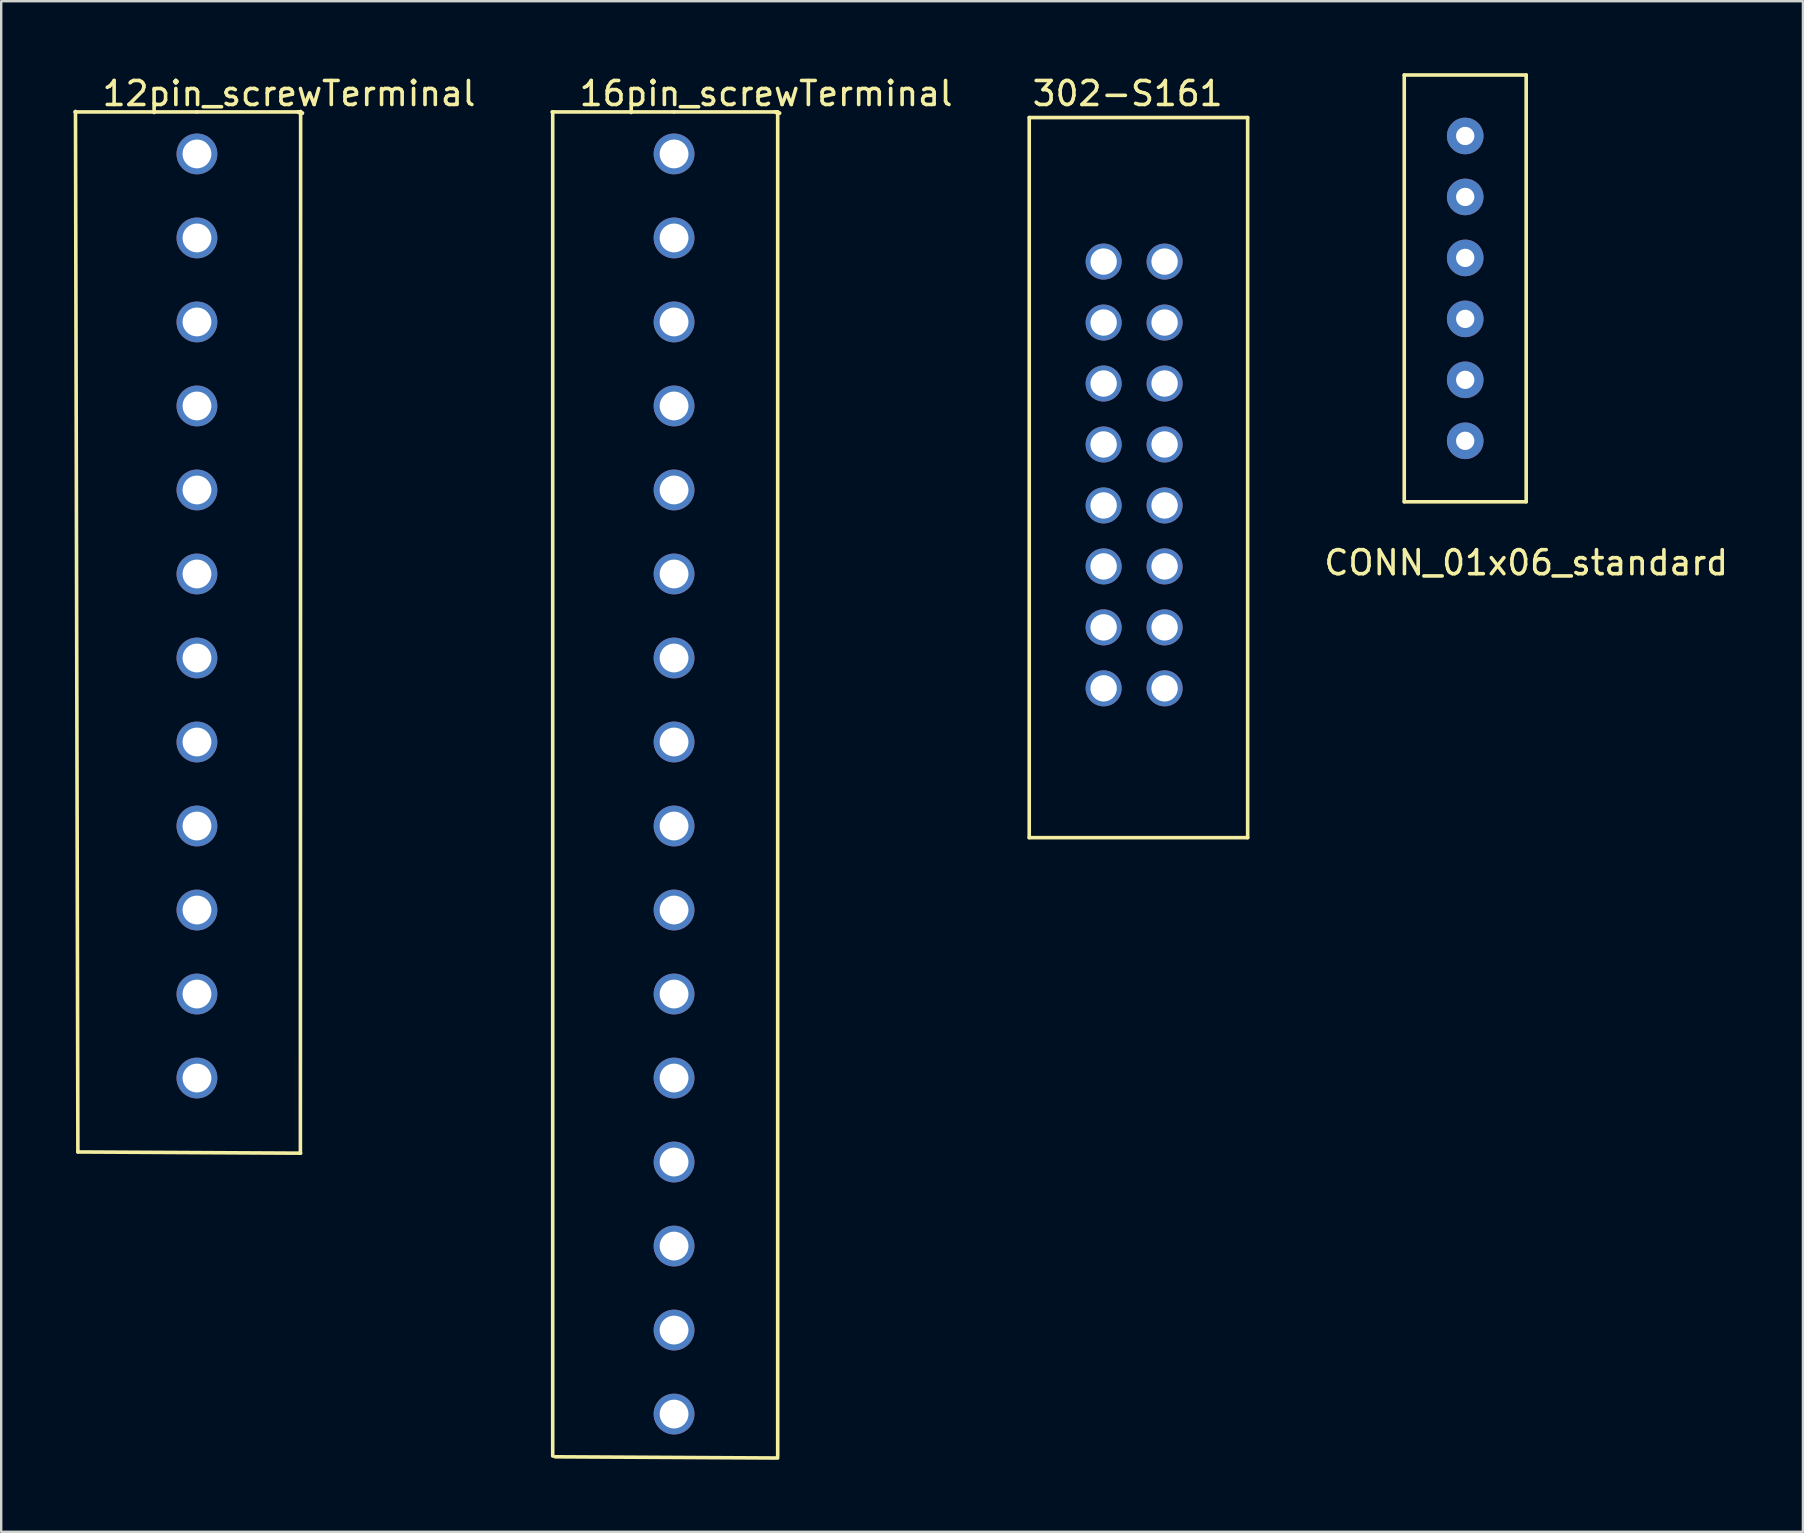
<source format=kicad_pcb>
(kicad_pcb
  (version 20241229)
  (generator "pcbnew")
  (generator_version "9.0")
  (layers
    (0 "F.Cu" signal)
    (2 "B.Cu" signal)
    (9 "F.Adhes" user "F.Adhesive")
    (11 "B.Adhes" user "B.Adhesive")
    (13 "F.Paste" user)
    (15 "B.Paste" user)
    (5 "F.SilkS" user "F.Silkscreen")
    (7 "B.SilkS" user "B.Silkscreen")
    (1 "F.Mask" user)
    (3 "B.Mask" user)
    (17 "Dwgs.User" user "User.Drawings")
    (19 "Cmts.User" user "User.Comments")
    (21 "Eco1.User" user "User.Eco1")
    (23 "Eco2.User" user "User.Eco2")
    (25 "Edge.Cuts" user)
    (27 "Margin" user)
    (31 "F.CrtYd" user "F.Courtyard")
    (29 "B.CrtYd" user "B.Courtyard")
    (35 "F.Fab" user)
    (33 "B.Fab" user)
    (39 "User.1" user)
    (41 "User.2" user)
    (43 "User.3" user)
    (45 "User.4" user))
  (footprint "CONN_01x06_standard"
    (layer "F.Cu")
    (at 57.994 2.615)
    (property "Reference" "CONN_01x06_standard" (at 2.54 17.78 0) (layer "F.SilkS") (effects (font (size 1 1) (thickness 0.15))))
    (attr through_hole)
    (fp_line (start -2.54 -2.54) (end 2.54 -2.54) (stroke (width 0.15) (type solid)) (layer "F.SilkS"))
    (fp_line (start -2.54 15.24) (end -2.54 -2.54) (stroke (width 0.15) (type solid)) (layer "F.SilkS"))
    (fp_line (start 2.54 -2.54) (end 2.54 15.24) (stroke (width 0.15) (type solid)) (layer "F.SilkS"))
    (fp_line (start 2.54 15.24) (end -2.54 15.24) (stroke (width 0.15) (type solid)) (layer "F.SilkS"))
    (pad "1" thru_hole circle (at 0 0) (size 1.524 1.524) (drill 0.762) (layers "*.Cu" "*.Mask"))
    (pad "2" thru_hole circle (at 0 2.54) (size 1.524 1.524) (drill 0.762) (layers "*.Cu" "*.Mask"))
    (pad "3" thru_hole circle (at 0 5.08) (size 1.524 1.524) (drill 0.762) (layers "*.Cu" "*.Mask"))
    (pad "4" thru_hole circle (at 0 7.62) (size 1.524 1.524) (drill 0.762) (layers "*.Cu" "*.Mask"))
    (pad "5" thru_hole circle (at 0 10.16) (size 1.524 1.524) (drill 0.762) (layers "*.Cu" "*.Mask"))
    (pad "6" thru_hole circle (at 0 12.7) (size 1.524 1.524) (drill 0.762) (layers "*.Cu" "*.Mask")))
  (footprint "302-S161"
    (layer "F.Cu")
    (at 42.93 7.848)
    (property "Reference" "302-S161" (at 1 -7 0) (layer "F.SilkS") (effects (font (size 1 1) (thickness 0.15))))
    (attr through_hole)
    (fp_line (start -3.1 -6) (end 6 -6) (stroke (width 0.15) (type solid)) (layer "F.SilkS"))
    (fp_line (start -3.1 24) (end -3.1 -6) (stroke (width 0.15) (type solid)) (layer "F.SilkS"))
    (fp_line (start 6 -6) (end 6 24) (stroke (width 0.15) (type solid)) (layer "F.SilkS"))
    (fp_line (start 6 24) (end -3.1 24) (stroke (width 0.15) (type solid)) (layer "F.SilkS"))
    (pad "1" thru_hole circle (at 2.54 0) (size 1.5 1.5) (drill 1.1) (layers "*.Cu" "*.Mask"))
    (pad "2" thru_hole circle (at 2.54 2.54) (size 1.5 1.5) (drill 1.1) (layers "*.Cu" "*.Mask"))
    (pad "3" thru_hole circle (at 2.54 5.08) (size 1.5 1.5) (drill 1.1) (layers "*.Cu" "*.Mask"))
    (pad "4" thru_hole circle (at 2.54 7.62) (size 1.5 1.5) (drill 1.1) (layers "*.Cu" "*.Mask"))
    (pad "5" thru_hole circle (at 2.54 10.16) (size 1.5 1.5) (drill 1.1) (layers "*.Cu" "*.Mask"))
    (pad "6" thru_hole circle (at 2.54 12.7) (size 1.5 1.5) (drill 1.1) (layers "*.Cu" "*.Mask"))
    (pad "7" thru_hole circle (at 2.54 15.24) (size 1.5 1.5) (drill 1.1) (layers "*.Cu" "*.Mask"))
    (pad "8" thru_hole circle (at 2.54 17.78) (size 1.5 1.5) (drill 1.1) (layers "*.Cu" "*.Mask"))
    (pad "9" thru_hole circle (at 0 17.78) (size 1.5 1.5) (drill 1.1) (layers "*.Cu" "*.Mask"))
    (pad "10" thru_hole circle (at 0 15.24) (size 1.5 1.5) (drill 1.1) (layers "*.Cu" "*.Mask"))
    (pad "11" thru_hole circle (at 0 12.7) (size 1.5 1.5) (drill 1.1) (layers "*.Cu" "*.Mask"))
    (pad "12" thru_hole circle (at 0 10.16) (size 1.5 1.5) (drill 1.1) (layers "*.Cu" "*.Mask"))
    (pad "13" thru_hole circle (at 0 7.62) (size 1.5 1.5) (drill 1.1) (layers "*.Cu" "*.Mask"))
    (pad "14" thru_hole circle (at 0 5.08) (size 1.5 1.5) (drill 1.1) (layers "*.Cu" "*.Mask"))
    (pad "15" thru_hole circle (at 0 2.54) (size 1.5 1.5) (drill 1.1) (layers "*.Cu" "*.Mask"))
    (pad "16" thru_hole circle (at 0 0) (size 1.5 1.5) (drill 1.1) (layers "*.Cu" "*.Mask")))
  (footprint "12pin_screwTerminal"
    (layer "F.Cu")
    (at 5.155 3.363)
    (property "Reference" "12pin_screwTerminal" (at 3.835 -2.515 0) (layer "F.SilkS") (effects (font (size 1 1) (thickness 0.15))))
    (attr through_hole)
    (fp_line (start -4.96 41.58) (end -5.06 -1.77) (stroke (width 0.15) (type solid)) (layer "F.SilkS"))
    (fp_line (start -4.953 41.58) (end 4.318 41.631) (stroke (width 0.15) (type solid)) (layer "F.SilkS"))
    (fp_line (start 0 -1.75) (end -5.08 -1.75) (stroke (width 0.15) (type solid)) (layer "F.SilkS"))
    (fp_line (start 0 -1.75) (end 4.2 -1.75) (stroke (width 0.15) (type solid)) (layer "F.SilkS"))
    (fp_line (start 4.216 -1.753) (end 4.318 -1.753) (stroke (width 0.15) (type solid)) (layer "F.SilkS"))
    (fp_line (start 4.216 -1.753) (end 4.318 -1.753) (stroke (width 0.15) (type solid)) (layer "F.SilkS"))
    (fp_line (start 4.293 -1.702) (end 4.394 -1.702) (stroke (width 0.15) (type solid)) (layer "F.SilkS"))
    (fp_line (start 4.293 -1.702) (end 4.394 -1.702) (stroke (width 0.15) (type solid)) (layer "F.SilkS"))
    (fp_line (start 4.32 -1.77) (end 4.31 41.63) (stroke (width 0.15) (type solid)) (layer "F.SilkS"))
    (pad "1" thru_hole circle (at 0 0) (size 1.7 1.7) (drill 1.2) (layers "*.Cu" "*.Mask"))
    (pad "2" thru_hole circle (at 0 3.5) (size 1.7 1.7) (drill 1.2) (layers "*.Cu" "*.Mask"))
    (pad "3" thru_hole circle (at 0 7) (size 1.7 1.7) (drill 1.2) (layers "*.Cu" "*.Mask"))
    (pad "4" thru_hole circle (at 0 10.5) (size 1.7 1.7) (drill 1.2) (layers "*.Cu" "*.Mask"))
    (pad "5" thru_hole circle (at 0 14) (size 1.7 1.7) (drill 1.2) (layers "*.Cu" "*.Mask"))
    (pad "6" thru_hole circle (at 0 17.5) (size 1.7 1.7) (drill 1.2) (layers "*.Cu" "*.Mask"))
    (pad "7" thru_hole circle (at 0 21) (size 1.7 1.7) (drill 1.2) (layers "*.Cu" "*.Mask"))
    (pad "8" thru_hole circle (at 0 24.5) (size 1.7 1.7) (drill 1.2) (layers "*.Cu" "*.Mask"))
    (pad "9" thru_hole circle (at 0 28) (size 1.7 1.7) (drill 1.2) (layers "*.Cu" "*.Mask"))
    (pad "10" thru_hole circle (at 0 31.5) (size 1.7 1.7) (drill 1.2) (layers "*.Cu" "*.Mask"))
    (pad "11" thru_hole circle (at 0 35) (size 1.7 1.7) (drill 1.2) (layers "*.Cu" "*.Mask"))
    (pad "12" thru_hole circle (at 0 38.5) (size 1.7 1.7) (drill 1.2) (layers "*.Cu" "*.Mask")))
  (footprint "16pin_screwTerminal"
    (layer "F.Cu")
    (at 25.032 3.363)
    (property "Reference" "16pin_screwTerminal" (at 3.835 -2.515 0) (layer "F.SilkS") (effects (font (size 1 1) (thickness 0.15))))
    (attr through_hole)
    (fp_line (start -5.055 -1.753) (end -5.055 54.25) (stroke (width 0.15) (type solid)) (layer "F.SilkS"))
    (fp_line (start -4.953 54.28) (end 4.318 54.331) (stroke (width 0.15) (type solid)) (layer "F.SilkS"))
    (fp_line (start 0 -1.75) (end -5.08 -1.75) (stroke (width 0.15) (type solid)) (layer "F.SilkS"))
    (fp_line (start 0 -1.75) (end 4.2 -1.75) (stroke (width 0.15) (type solid)) (layer "F.SilkS"))
    (fp_line (start 4.216 -1.753) (end 4.318 -1.753) (stroke (width 0.15) (type solid)) (layer "F.SilkS"))
    (fp_line (start 4.216 -1.753) (end 4.318 -1.753) (stroke (width 0.15) (type solid)) (layer "F.SilkS"))
    (fp_line (start 4.293 -1.702) (end 4.394 -1.702) (stroke (width 0.15) (type solid)) (layer "F.SilkS"))
    (fp_line (start 4.293 -1.702) (end 4.394 -1.702) (stroke (width 0.15) (type solid)) (layer "F.SilkS"))
    (fp_line (start 4.318 -1.727) (end 4.318 54.25) (stroke (width 0.15) (type solid)) (layer "F.SilkS"))
    (pad "1" thru_hole circle (at 0 0) (size 1.7 1.7) (drill 1.2) (layers "*.Cu" "*.Mask"))
    (pad "2" thru_hole circle (at 0 3.5) (size 1.7 1.7) (drill 1.2) (layers "*.Cu" "*.Mask"))
    (pad "3" thru_hole circle (at 0 7) (size 1.7 1.7) (drill 1.2) (layers "*.Cu" "*.Mask"))
    (pad "4" thru_hole circle (at 0 10.5) (size 1.7 1.7) (drill 1.2) (layers "*.Cu" "*.Mask"))
    (pad "5" thru_hole circle (at 0 14) (size 1.7 1.7) (drill 1.2) (layers "*.Cu" "*.Mask"))
    (pad "6" thru_hole circle (at 0 17.5) (size 1.7 1.7) (drill 1.2) (layers "*.Cu" "*.Mask"))
    (pad "7" thru_hole circle (at 0 21) (size 1.7 1.7) (drill 1.2) (layers "*.Cu" "*.Mask"))
    (pad "8" thru_hole circle (at 0 24.5) (size 1.7 1.7) (drill 1.2) (layers "*.Cu" "*.Mask"))
    (pad "9" thru_hole circle (at 0 28) (size 1.7 1.7) (drill 1.2) (layers "*.Cu" "*.Mask"))
    (pad "10" thru_hole circle (at 0 31.5) (size 1.7 1.7) (drill 1.2) (layers "*.Cu" "*.Mask"))
    (pad "11" thru_hole circle (at 0 35) (size 1.7 1.7) (drill 1.2) (layers "*.Cu" "*.Mask"))
    (pad "12" thru_hole circle (at 0 38.5) (size 1.7 1.7) (drill 1.2) (layers "*.Cu" "*.Mask"))
    (pad "13" thru_hole circle (at 0 42) (size 1.7 1.7) (drill 1.2) (layers "*.Cu" "*.Mask"))
    (pad "14" thru_hole circle (at 0 45.5) (size 1.7 1.7) (drill 1.2) (layers "*.Cu" "*.Mask"))
    (pad "15" thru_hole circle (at 0 49) (size 1.7 1.7) (drill 1.2) (layers "*.Cu" "*.Mask"))
    (pad "16" thru_hole circle (at 0 52.5) (size 1.7 1.7) (drill 1.2) (layers "*.Cu" "*.Mask")))
  (gr_rect
    (start -3 -3)
    (end 72.064 60.768)
    (stroke (width 0.1) (type default))
    (fill no)
    (layer "Edge.Cuts")))
</source>
